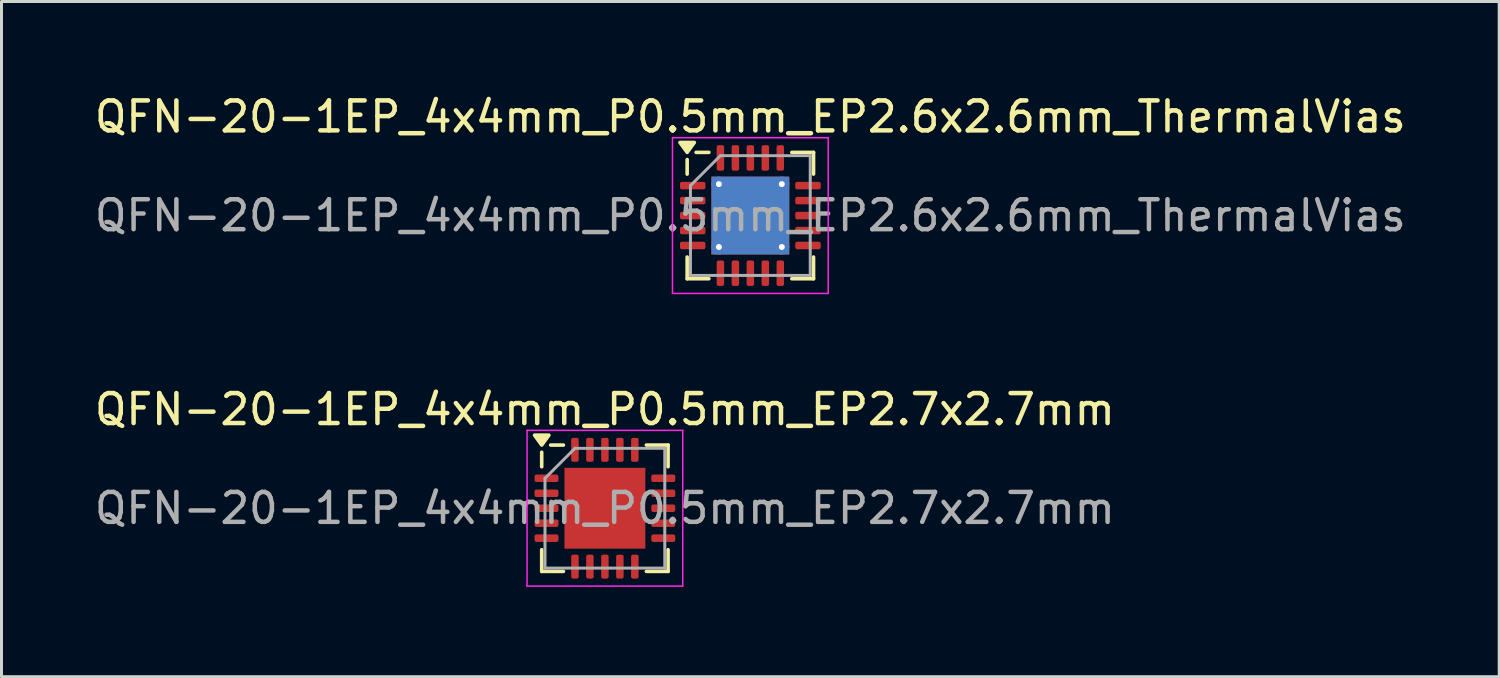
<source format=kicad_pcb>
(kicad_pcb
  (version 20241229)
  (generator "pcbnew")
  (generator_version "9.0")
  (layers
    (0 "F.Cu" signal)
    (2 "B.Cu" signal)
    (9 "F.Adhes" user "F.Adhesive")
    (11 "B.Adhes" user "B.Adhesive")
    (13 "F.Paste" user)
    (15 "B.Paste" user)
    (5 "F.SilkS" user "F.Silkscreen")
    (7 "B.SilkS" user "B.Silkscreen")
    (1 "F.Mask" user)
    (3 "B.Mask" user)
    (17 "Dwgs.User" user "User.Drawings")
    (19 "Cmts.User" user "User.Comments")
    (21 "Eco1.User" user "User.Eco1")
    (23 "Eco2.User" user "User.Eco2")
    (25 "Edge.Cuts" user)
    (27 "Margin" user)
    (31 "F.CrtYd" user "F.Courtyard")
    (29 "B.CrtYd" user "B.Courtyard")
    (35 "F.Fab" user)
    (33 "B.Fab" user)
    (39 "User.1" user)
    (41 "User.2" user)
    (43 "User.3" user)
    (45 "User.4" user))
  (footprint "QFN-20-1EP_4x4mm_P0.5mm_EP2.6x2.6mm_ThermalVias"
    (layer "F.Cu")
    (at 22.006 4.148)
    (property "Reference" "QFN-20-1EP_4x4mm_P0.5mm_EP2.6x2.6mm_ThermalVias" (at 0 -3.3 0) (layer "F.SilkS") (effects (font (size 1 1) (thickness 0.15))))
    (attr smd)
    (fp_line (start -2.11 -1.385) (end -2.11 -1.87) (stroke (width 0.12) (type solid)) (layer "F.SilkS"))
    (fp_line (start -2.11 2.11) (end -2.11 1.385) (stroke (width 0.12) (type solid)) (layer "F.SilkS"))
    (fp_line (start -1.385 -2.11) (end -1.81 -2.11) (stroke (width 0.12) (type solid)) (layer "F.SilkS"))
    (fp_line (start -1.385 2.11) (end -2.11 2.11) (stroke (width 0.12) (type solid)) (layer "F.SilkS"))
    (fp_line (start 1.385 -2.11) (end 2.11 -2.11) (stroke (width 0.12) (type solid)) (layer "F.SilkS"))
    (fp_line (start 1.385 2.11) (end 2.11 2.11) (stroke (width 0.12) (type solid)) (layer "F.SilkS"))
    (fp_line (start 2.11 -2.11) (end 2.11 -1.385) (stroke (width 0.12) (type solid)) (layer "F.SilkS"))
    (fp_line (start 2.11 2.11) (end 2.11 1.385) (stroke (width 0.12) (type solid)) (layer "F.SilkS"))
    (fp_poly (pts (xy -2.11 -2.11) (xy -2.35 -2.44) (xy -1.87 -2.44) (xy -2.11 -2.11)) (stroke (width 0.12) (type solid)) (fill yes) (layer "F.SilkS"))
    (fp_line (start -2.6 -2.6) (end -2.6 2.6) (stroke (width 0.05) (type solid)) (layer "F.CrtYd"))
    (fp_line (start -2.6 2.6) (end 2.6 2.6) (stroke (width 0.05) (type solid)) (layer "F.CrtYd"))
    (fp_line (start 2.6 -2.6) (end -2.6 -2.6) (stroke (width 0.05) (type solid)) (layer "F.CrtYd"))
    (fp_line (start 2.6 2.6) (end 2.6 -2.6) (stroke (width 0.05) (type solid)) (layer "F.CrtYd"))
    (fp_line (start -2 -1) (end -1 -2) (stroke (width 0.1) (type solid)) (layer "F.Fab"))
    (fp_line (start -2 2) (end -2 -1) (stroke (width 0.1) (type solid)) (layer "F.Fab"))
    (fp_line (start -1 -2) (end 2 -2) (stroke (width 0.1) (type solid)) (layer "F.Fab"))
    (fp_line (start 2 -2) (end 2 2) (stroke (width 0.1) (type solid)) (layer "F.Fab"))
    (fp_line (start 2 2) (end -2 2) (stroke (width 0.1) (type solid)) (layer "F.Fab"))
    (fp_text user "${REFERENCE}" (at 0 0 0) (layer "F.Fab") (effects (font (size 1 1) (thickness 0.15))))
    (pad "" smd roundrect (at -0.65 -0.65) (size 1.13 1.13) (layers "F.Paste") (roundrect_rratio 0.221))
    (pad "" smd roundrect (at -0.65 0.65) (size 1.13 1.13) (layers "F.Paste") (roundrect_rratio 0.221))
    (pad "" smd roundrect (at 0.65 -0.65) (size 1.13 1.13) (layers "F.Paste") (roundrect_rratio 0.221))
    (pad "" smd roundrect (at 0.65 0.65) (size 1.13 1.13) (layers "F.Paste") (roundrect_rratio 0.221))
    (pad "1" smd roundrect (at -1.925 -1) (size 0.85 0.25) (layers "F.Cu" "F.Mask" "F.Paste") (roundrect_rratio 0.25))
    (pad "2" smd roundrect (at -1.925 -0.5) (size 0.85 0.25) (layers "F.Cu" "F.Mask" "F.Paste") (roundrect_rratio 0.25))
    (pad "3" smd roundrect (at -1.925 0) (size 0.85 0.25) (layers "F.Cu" "F.Mask" "F.Paste") (roundrect_rratio 0.25))
    (pad "4" smd roundrect (at -1.925 0.5) (size 0.85 0.25) (layers "F.Cu" "F.Mask" "F.Paste") (roundrect_rratio 0.25))
    (pad "5" smd roundrect (at -1.925 1) (size 0.85 0.25) (layers "F.Cu" "F.Mask" "F.Paste") (roundrect_rratio 0.25))
    (pad "6" smd roundrect (at -1 1.925) (size 0.25 0.85) (layers "F.Cu" "F.Mask" "F.Paste") (roundrect_rratio 0.25))
    (pad "7" smd roundrect (at -0.5 1.925) (size 0.25 0.85) (layers "F.Cu" "F.Mask" "F.Paste") (roundrect_rratio 0.25))
    (pad "8" smd roundrect (at 0 1.925) (size 0.25 0.85) (layers "F.Cu" "F.Mask" "F.Paste") (roundrect_rratio 0.25))
    (pad "9" smd roundrect (at 0.5 1.925) (size 0.25 0.85) (layers "F.Cu" "F.Mask" "F.Paste") (roundrect_rratio 0.25))
    (pad "10" smd roundrect (at 1 1.925) (size 0.25 0.85) (layers "F.Cu" "F.Mask" "F.Paste") (roundrect_rratio 0.25))
    (pad "11" smd roundrect (at 1.925 1) (size 0.85 0.25) (layers "F.Cu" "F.Mask" "F.Paste") (roundrect_rratio 0.25))
    (pad "12" smd roundrect (at 1.925 0.5) (size 0.85 0.25) (layers "F.Cu" "F.Mask" "F.Paste") (roundrect_rratio 0.25))
    (pad "13" smd roundrect (at 1.925 0) (size 0.85 0.25) (layers "F.Cu" "F.Mask" "F.Paste") (roundrect_rratio 0.25))
    (pad "14" smd roundrect (at 1.925 -0.5) (size 0.85 0.25) (layers "F.Cu" "F.Mask" "F.Paste") (roundrect_rratio 0.25))
    (pad "15" smd roundrect (at 1.925 -1) (size 0.85 0.25) (layers "F.Cu" "F.Mask" "F.Paste") (roundrect_rratio 0.25))
    (pad "16" smd roundrect (at 1 -1.925) (size 0.25 0.85) (layers "F.Cu" "F.Mask" "F.Paste") (roundrect_rratio 0.25))
    (pad "17" smd roundrect (at 0.5 -1.925) (size 0.25 0.85) (layers "F.Cu" "F.Mask" "F.Paste") (roundrect_rratio 0.25))
    (pad "18" smd roundrect (at 0 -1.925) (size 0.25 0.85) (layers "F.Cu" "F.Mask" "F.Paste") (roundrect_rratio 0.25))
    (pad "19" smd roundrect (at -0.5 -1.925) (size 0.25 0.85) (layers "F.Cu" "F.Mask" "F.Paste") (roundrect_rratio 0.25))
    (pad "20" smd roundrect (at -1 -1.925) (size 0.25 0.85) (layers "F.Cu" "F.Mask" "F.Paste") (roundrect_rratio 0.25))
    (pad "21" thru_hole circle (at -1.05 -1.05) (size 0.5 0.5) (drill 0.2) (property pad_prop_heatsink) (layers "*.Cu"))
    (pad "21" thru_hole circle (at -1.05 1.05) (size 0.5 0.5) (drill 0.2) (property pad_prop_heatsink) (layers "*.Cu"))
    (pad "21" smd rect (at 0 0) (size 2.6 2.6) (property pad_prop_heatsink) (layers "F.Cu" "F.Mask"))
    (pad "21" smd rect (at 0 0) (size 2.6 2.6) (property pad_prop_heatsink) (layers "B.Cu"))
    (pad "21" thru_hole circle (at 1.05 -1.05) (size 0.5 0.5) (drill 0.2) (property pad_prop_heatsink) (layers "*.Cu"))
    (pad "21" thru_hole circle (at 1.05 1.05) (size 0.5 0.5) (drill 0.2) (property pad_prop_heatsink) (layers "*.Cu")))
  (footprint "QFN-20-1EP_4x4mm_P0.5mm_EP2.7x2.7mm"
    (layer "F.Cu")
    (at 17.149 13.921)
    (property "Reference" "QFN-20-1EP_4x4mm_P0.5mm_EP2.7x2.7mm" (at 0 -3.3 0) (layer "F.SilkS") (effects (font (size 1 1) (thickness 0.15))))
    (attr smd)
    (fp_line (start -2.11 -1.385) (end -2.11 -1.87) (stroke (width 0.12) (type solid)) (layer "F.SilkS"))
    (fp_line (start -2.11 2.11) (end -2.11 1.385) (stroke (width 0.12) (type solid)) (layer "F.SilkS"))
    (fp_line (start -1.385 -2.11) (end -1.81 -2.11) (stroke (width 0.12) (type solid)) (layer "F.SilkS"))
    (fp_line (start -1.385 2.11) (end -2.11 2.11) (stroke (width 0.12) (type solid)) (layer "F.SilkS"))
    (fp_line (start 1.385 -2.11) (end 2.11 -2.11) (stroke (width 0.12) (type solid)) (layer "F.SilkS"))
    (fp_line (start 1.385 2.11) (end 2.11 2.11) (stroke (width 0.12) (type solid)) (layer "F.SilkS"))
    (fp_line (start 2.11 -2.11) (end 2.11 -1.385) (stroke (width 0.12) (type solid)) (layer "F.SilkS"))
    (fp_line (start 2.11 2.11) (end 2.11 1.385) (stroke (width 0.12) (type solid)) (layer "F.SilkS"))
    (fp_poly (pts (xy -2.11 -2.11) (xy -2.35 -2.44) (xy -1.87 -2.44) (xy -2.11 -2.11)) (stroke (width 0.12) (type solid)) (fill yes) (layer "F.SilkS"))
    (fp_line (start -2.6 -2.6) (end -2.6 2.6) (stroke (width 0.05) (type solid)) (layer "F.CrtYd"))
    (fp_line (start -2.6 2.6) (end 2.6 2.6) (stroke (width 0.05) (type solid)) (layer "F.CrtYd"))
    (fp_line (start 2.6 -2.6) (end -2.6 -2.6) (stroke (width 0.05) (type solid)) (layer "F.CrtYd"))
    (fp_line (start 2.6 2.6) (end 2.6 -2.6) (stroke (width 0.05) (type solid)) (layer "F.CrtYd"))
    (fp_line (start -2 -1) (end -1 -2) (stroke (width 0.1) (type solid)) (layer "F.Fab"))
    (fp_line (start -2 2) (end -2 -1) (stroke (width 0.1) (type solid)) (layer "F.Fab"))
    (fp_line (start -1 -2) (end 2 -2) (stroke (width 0.1) (type solid)) (layer "F.Fab"))
    (fp_line (start 2 -2) (end 2 2) (stroke (width 0.1) (type solid)) (layer "F.Fab"))
    (fp_line (start 2 2) (end -2 2) (stroke (width 0.1) (type solid)) (layer "F.Fab"))
    (fp_text user "${REFERENCE}" (at 0 0 0) (layer "F.Fab") (effects (font (size 1 1) (thickness 0.15))))
    (pad "" smd roundrect (at -0.675 -0.675) (size 1.09 1.09) (layers "F.Paste") (roundrect_rratio 0.229))
    (pad "" smd roundrect (at -0.675 0.675) (size 1.09 1.09) (layers "F.Paste") (roundrect_rratio 0.229))
    (pad "" smd roundrect (at 0.675 -0.675) (size 1.09 1.09) (layers "F.Paste") (roundrect_rratio 0.229))
    (pad "" smd roundrect (at 0.675 0.675) (size 1.09 1.09) (layers "F.Paste") (roundrect_rratio 0.229))
    (pad "1" smd roundrect (at -1.95 -1) (size 0.8 0.25) (layers "F.Cu" "F.Mask" "F.Paste") (roundrect_rratio 0.25))
    (pad "2" smd roundrect (at -1.95 -0.5) (size 0.8 0.25) (layers "F.Cu" "F.Mask" "F.Paste") (roundrect_rratio 0.25))
    (pad "3" smd roundrect (at -1.95 0) (size 0.8 0.25) (layers "F.Cu" "F.Mask" "F.Paste") (roundrect_rratio 0.25))
    (pad "4" smd roundrect (at -1.95 0.5) (size 0.8 0.25) (layers "F.Cu" "F.Mask" "F.Paste") (roundrect_rratio 0.25))
    (pad "5" smd roundrect (at -1.95 1) (size 0.8 0.25) (layers "F.Cu" "F.Mask" "F.Paste") (roundrect_rratio 0.25))
    (pad "6" smd roundrect (at -1 1.95) (size 0.25 0.8) (layers "F.Cu" "F.Mask" "F.Paste") (roundrect_rratio 0.25))
    (pad "7" smd roundrect (at -0.5 1.95) (size 0.25 0.8) (layers "F.Cu" "F.Mask" "F.Paste") (roundrect_rratio 0.25))
    (pad "8" smd roundrect (at 0 1.95) (size 0.25 0.8) (layers "F.Cu" "F.Mask" "F.Paste") (roundrect_rratio 0.25))
    (pad "9" smd roundrect (at 0.5 1.95) (size 0.25 0.8) (layers "F.Cu" "F.Mask" "F.Paste") (roundrect_rratio 0.25))
    (pad "10" smd roundrect (at 1 1.95) (size 0.25 0.8) (layers "F.Cu" "F.Mask" "F.Paste") (roundrect_rratio 0.25))
    (pad "11" smd roundrect (at 1.95 1) (size 0.8 0.25) (layers "F.Cu" "F.Mask" "F.Paste") (roundrect_rratio 0.25))
    (pad "12" smd roundrect (at 1.95 0.5) (size 0.8 0.25) (layers "F.Cu" "F.Mask" "F.Paste") (roundrect_rratio 0.25))
    (pad "13" smd roundrect (at 1.95 0) (size 0.8 0.25) (layers "F.Cu" "F.Mask" "F.Paste") (roundrect_rratio 0.25))
    (pad "14" smd roundrect (at 1.95 -0.5) (size 0.8 0.25) (layers "F.Cu" "F.Mask" "F.Paste") (roundrect_rratio 0.25))
    (pad "15" smd roundrect (at 1.95 -1) (size 0.8 0.25) (layers "F.Cu" "F.Mask" "F.Paste") (roundrect_rratio 0.25))
    (pad "16" smd roundrect (at 1 -1.95) (size 0.25 0.8) (layers "F.Cu" "F.Mask" "F.Paste") (roundrect_rratio 0.25))
    (pad "17" smd roundrect (at 0.5 -1.95) (size 0.25 0.8) (layers "F.Cu" "F.Mask" "F.Paste") (roundrect_rratio 0.25))
    (pad "18" smd roundrect (at 0 -1.95) (size 0.25 0.8) (layers "F.Cu" "F.Mask" "F.Paste") (roundrect_rratio 0.25))
    (pad "19" smd roundrect (at -0.5 -1.95) (size 0.25 0.8) (layers "F.Cu" "F.Mask" "F.Paste") (roundrect_rratio 0.25))
    (pad "20" smd roundrect (at -1 -1.95) (size 0.25 0.8) (layers "F.Cu" "F.Mask" "F.Paste") (roundrect_rratio 0.25))
    (pad "21" smd rect (at 0 0) (size 2.7 2.7) (property pad_prop_heatsink) (layers "F.Cu" "F.Mask")))
  (gr_rect
    (start -3 -3)
    (end 47.012 19.547)
    (stroke (width 0.1) (type default))
    (fill no)
    (layer "Edge.Cuts")))
</source>
